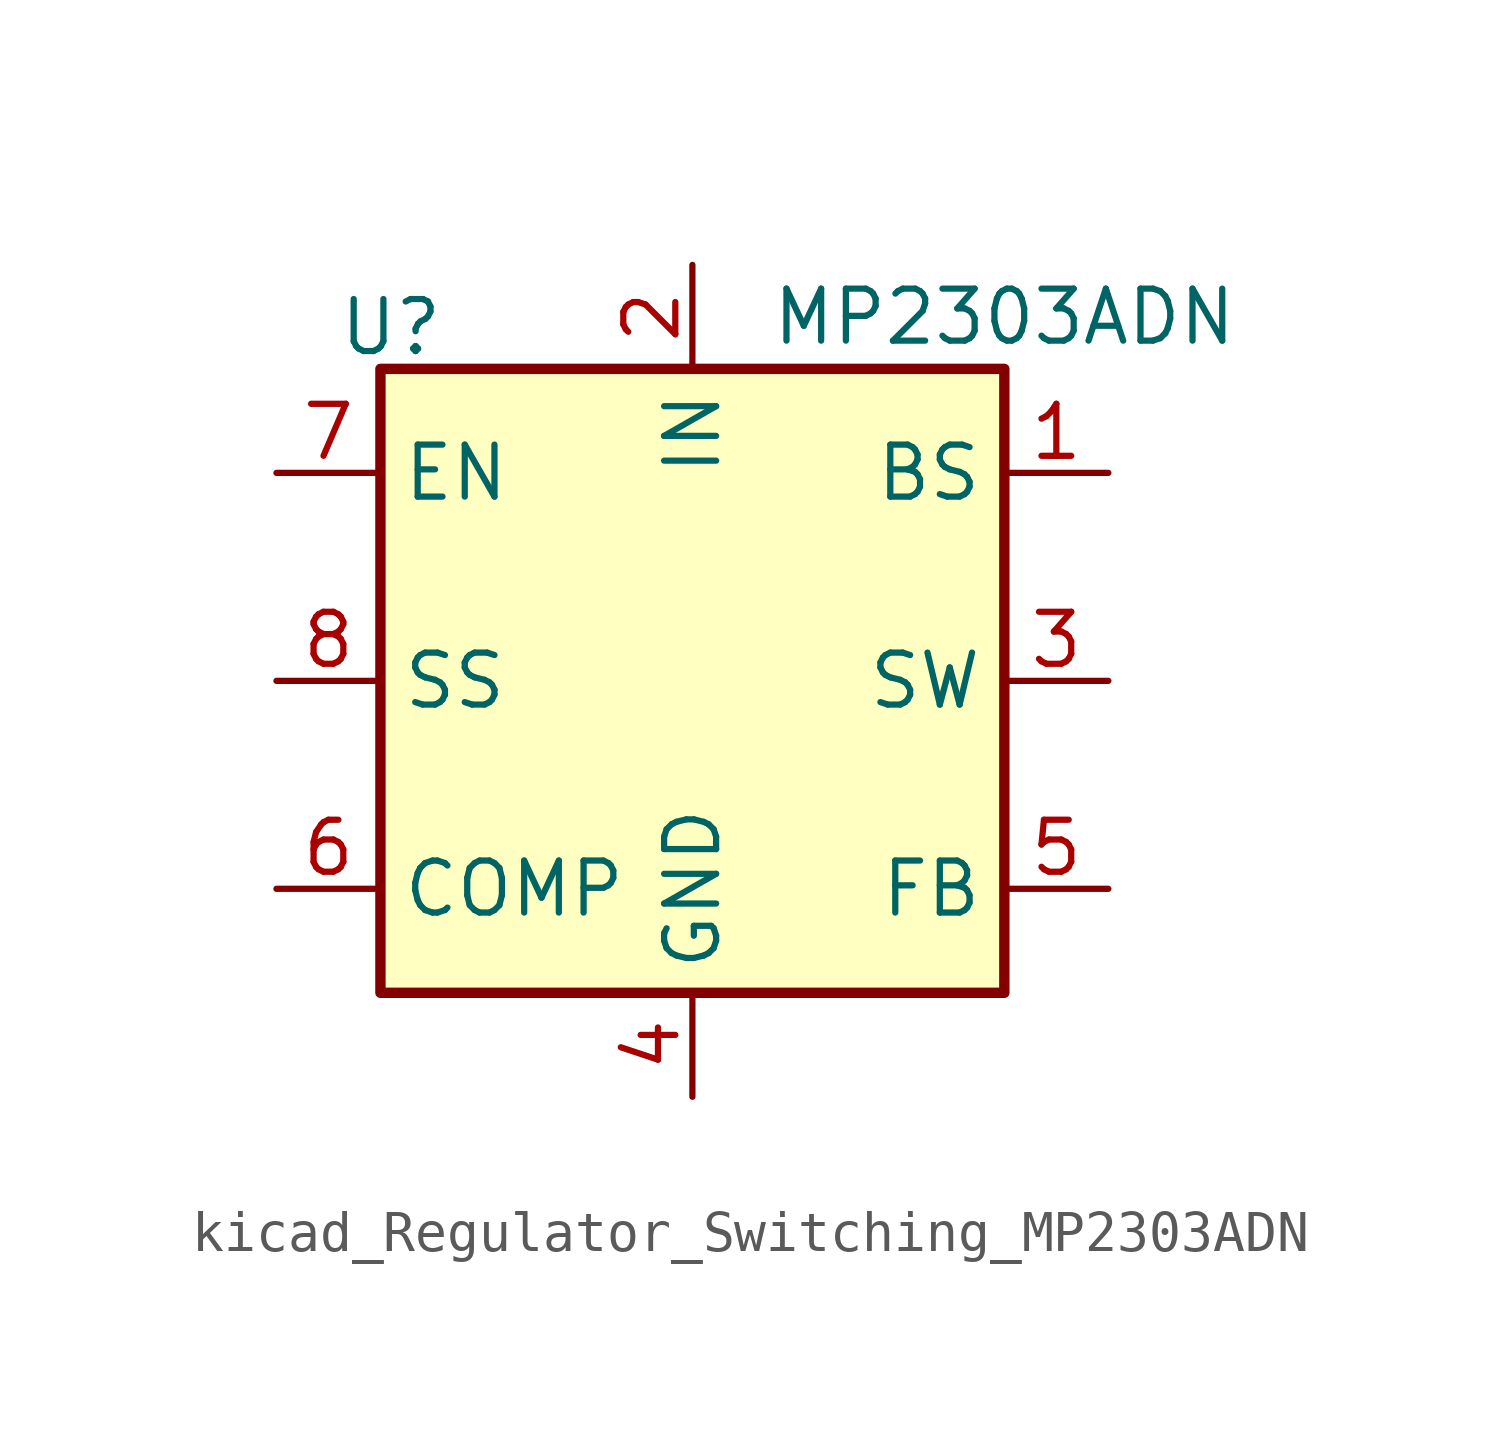
<source format=kicad_sym>
(kicad_symbol_lib
  (version 20220914)
  (generator kicad_symbol_editor)
  (symbol "kicad_Regulator_Switching_MP2303ADN"
    (property "Reference" "U"
      (at -7.366 8.636 0)
      (effects (font (size 1.27 1.27))))
    (property "Value" "MP2303ADN"
      (at 7.62 8.89 0)
      (effects (font (size 1.27 1.27))))
    (symbol "kicad_Regulator_Switching_MP2303ADN_0_1"
      (rectangle (start -7.62 7.62) (end 7.62 -7.62) (stroke (width 0.254) (type default)) (fill (type background))))
    (symbol "kicad_Regulator_Switching_MP2303ADN_1_1"
      (pin passive line (at 10.16 5.08 180) (length 2.54) (name "BS" (effects (font (size 1.27 1.27)))) (number "1" (effects (font (size 1.27 1.27)))))
      (pin power_in line (at 0 10.16 270) (length 2.54) (name "IN" (effects (font (size 1.27 1.27)))) (number "2" (effects (font (size 1.27 1.27)))))
      (pin output line (at 10.16 0 180) (length 2.54) (name "SW" (effects (font (size 1.27 1.27)))) (number "3" (effects (font (size 1.27 1.27)))))
      (pin power_in line (at 0 -10.16 90) (length 2.54) (name "GND" (effects (font (size 1.27 1.27)))) (number "4" (effects (font (size 1.27 1.27)))))
      (pin input line (at 10.16 -5.08 180) (length 2.54) (name "FB" (effects (font (size 1.27 1.27)))) (number "5" (effects (font (size 1.27 1.27)))))
      (pin passive line (at -10.16 -5.08 0) (length 2.54) (name "COMP" (effects (font (size 1.27 1.27)))) (number "6" (effects (font (size 1.27 1.27)))))
      (pin input line (at -10.16 5.08 0) (length 2.54) (name "EN" (effects (font (size 1.27 1.27)))) (number "7" (effects (font (size 1.27 1.27)))))
      (pin input line (at -10.16 0 0) (length 2.54) (name "SS" (effects (font (size 1.27 1.27)))) (number "8" (effects (font (size 1.27 1.27))))))))
</source>
